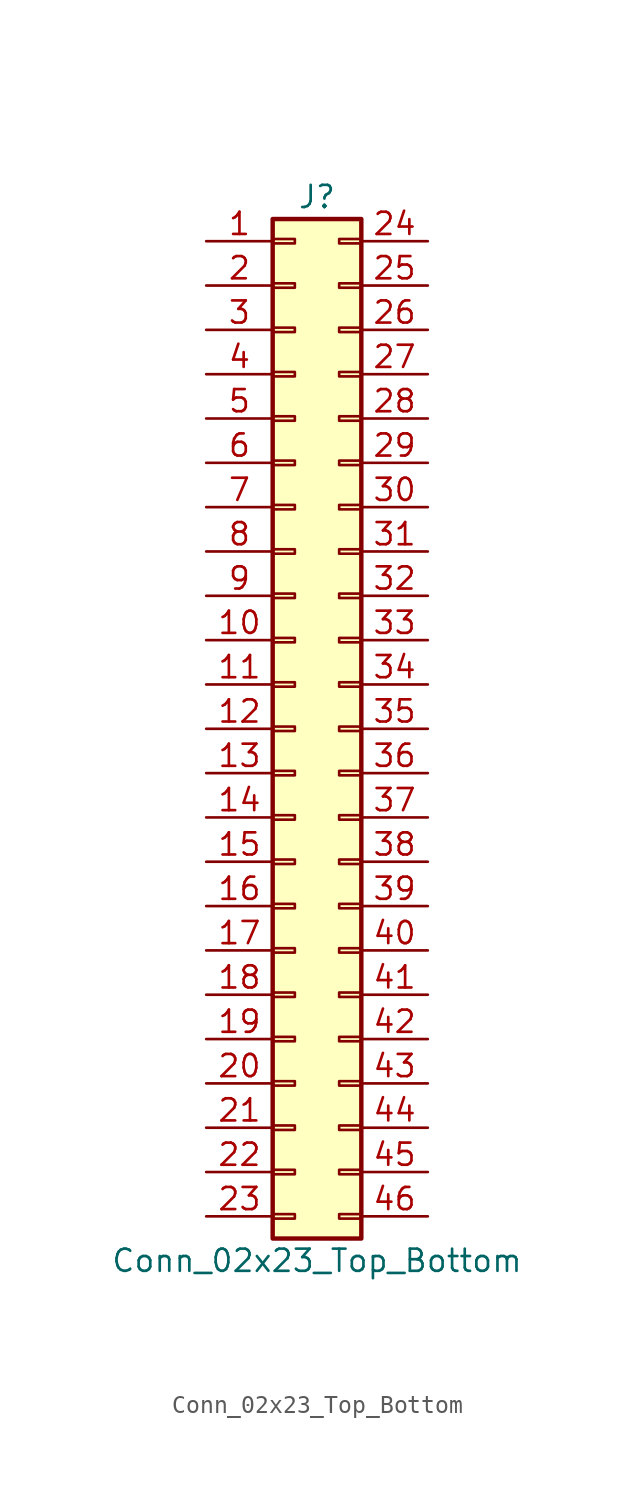
<source format=kicad_sym>
(kicad_symbol_lib
  (version 20220914)
  (generator kicad_symbol_editor)
  (symbol "Conn_02x23_Top_Bottom"
    (pin_names
      (offset 1.016) hide)
    (property "Reference" "J"
      (at 1.27 30.48 0)
      (effects (font (size 1.27 1.27))))
    (property "Value" "Conn_02x23_Top_Bottom"
      (at 1.27 -30.48 0)
      (effects (font (size 1.27 1.27))))
    (symbol "Conn_02x23_Top_Bottom_1_1"
      (rectangle (start -1.27 -27.813) (end 0 -28.067) (stroke (width 0.152) (type solid)) (fill (type none)))
      (rectangle (start -1.27 -25.273) (end 0 -25.527) (stroke (width 0.152) (type solid)) (fill (type none)))
      (rectangle (start -1.27 -22.733) (end 0 -22.987) (stroke (width 0.152) (type solid)) (fill (type none)))
      (rectangle (start -1.27 -20.193) (end 0 -20.447) (stroke (width 0.152) (type solid)) (fill (type none)))
      (rectangle (start -1.27 -17.653) (end 0 -17.907) (stroke (width 0.152) (type solid)) (fill (type none)))
      (rectangle (start -1.27 -15.113) (end 0 -15.367) (stroke (width 0.152) (type solid)) (fill (type none)))
      (rectangle (start -1.27 -12.573) (end 0 -12.827) (stroke (width 0.152) (type solid)) (fill (type none)))
      (rectangle (start -1.27 -10.033) (end 0 -10.287) (stroke (width 0.152) (type solid)) (fill (type none)))
      (rectangle (start -1.27 -7.493) (end 0 -7.747) (stroke (width 0.152) (type solid)) (fill (type none)))
      (rectangle (start -1.27 -4.953) (end 0 -5.207) (stroke (width 0.152) (type solid)) (fill (type none)))
      (rectangle (start -1.27 -2.413) (end 0 -2.667) (stroke (width 0.152) (type solid)) (fill (type none)))
      (rectangle (start -1.27 0.127) (end 0 -0.127) (stroke (width 0.152) (type solid)) (fill (type none)))
      (rectangle (start -1.27 2.667) (end 0 2.413) (stroke (width 0.152) (type solid)) (fill (type none)))
      (rectangle (start -1.27 5.207) (end 0 4.953) (stroke (width 0.152) (type solid)) (fill (type none)))
      (rectangle (start -1.27 7.747) (end 0 7.493) (stroke (width 0.152) (type solid)) (fill (type none)))
      (rectangle (start -1.27 10.287) (end 0 10.033) (stroke (width 0.152) (type solid)) (fill (type none)))
      (rectangle (start -1.27 12.827) (end 0 12.573) (stroke (width 0.152) (type solid)) (fill (type none)))
      (rectangle (start -1.27 15.367) (end 0 15.113) (stroke (width 0.152) (type solid)) (fill (type none)))
      (rectangle (start -1.27 17.907) (end 0 17.653) (stroke (width 0.152) (type solid)) (fill (type none)))
      (rectangle (start -1.27 20.447) (end 0 20.193) (stroke (width 0.152) (type solid)) (fill (type none)))
      (rectangle (start -1.27 22.987) (end 0 22.733) (stroke (width 0.152) (type solid)) (fill (type none)))
      (rectangle (start -1.27 25.527) (end 0 25.273) (stroke (width 0.152) (type solid)) (fill (type none)))
      (rectangle (start -1.27 28.067) (end 0 27.813) (stroke (width 0.152) (type solid)) (fill (type none)))
      (rectangle (start -1.27 29.21) (end 3.81 -29.21) (stroke (width 0.254) (type solid)) (fill (type background)))
      (rectangle (start 3.81 -27.813) (end 2.54 -28.067) (stroke (width 0.152) (type solid)) (fill (type none)))
      (rectangle (start 3.81 -25.273) (end 2.54 -25.527) (stroke (width 0.152) (type solid)) (fill (type none)))
      (rectangle (start 3.81 -22.733) (end 2.54 -22.987) (stroke (width 0.152) (type solid)) (fill (type none)))
      (rectangle (start 3.81 -20.193) (end 2.54 -20.447) (stroke (width 0.152) (type solid)) (fill (type none)))
      (rectangle (start 3.81 -17.653) (end 2.54 -17.907) (stroke (width 0.152) (type solid)) (fill (type none)))
      (rectangle (start 3.81 -15.113) (end 2.54 -15.367) (stroke (width 0.152) (type solid)) (fill (type none)))
      (rectangle (start 3.81 -12.573) (end 2.54 -12.827) (stroke (width 0.152) (type solid)) (fill (type none)))
      (rectangle (start 3.81 -10.033) (end 2.54 -10.287) (stroke (width 0.152) (type solid)) (fill (type none)))
      (rectangle (start 3.81 -7.493) (end 2.54 -7.747) (stroke (width 0.152) (type solid)) (fill (type none)))
      (rectangle (start 3.81 -4.953) (end 2.54 -5.207) (stroke (width 0.152) (type solid)) (fill (type none)))
      (rectangle (start 3.81 -2.413) (end 2.54 -2.667) (stroke (width 0.152) (type solid)) (fill (type none)))
      (rectangle (start 3.81 0.127) (end 2.54 -0.127) (stroke (width 0.152) (type solid)) (fill (type none)))
      (rectangle (start 3.81 2.667) (end 2.54 2.413) (stroke (width 0.152) (type solid)) (fill (type none)))
      (rectangle (start 3.81 5.207) (end 2.54 4.953) (stroke (width 0.152) (type solid)) (fill (type none)))
      (rectangle (start 3.81 7.747) (end 2.54 7.493) (stroke (width 0.152) (type solid)) (fill (type none)))
      (rectangle (start 3.81 10.287) (end 2.54 10.033) (stroke (width 0.152) (type solid)) (fill (type none)))
      (rectangle (start 3.81 12.827) (end 2.54 12.573) (stroke (width 0.152) (type solid)) (fill (type none)))
      (rectangle (start 3.81 15.367) (end 2.54 15.113) (stroke (width 0.152) (type solid)) (fill (type none)))
      (rectangle (start 3.81 17.907) (end 2.54 17.653) (stroke (width 0.152) (type solid)) (fill (type none)))
      (rectangle (start 3.81 20.447) (end 2.54 20.193) (stroke (width 0.152) (type solid)) (fill (type none)))
      (rectangle (start 3.81 22.987) (end 2.54 22.733) (stroke (width 0.152) (type solid)) (fill (type none)))
      (rectangle (start 3.81 25.527) (end 2.54 25.273) (stroke (width 0.152) (type solid)) (fill (type none)))
      (rectangle (start 3.81 28.067) (end 2.54 27.813) (stroke (width 0.152) (type solid)) (fill (type none)))
      (pin passive line (at -5.08 27.94 0) (length 3.81) (name "Pin_1" (effects (font (size 1.27 1.27)))) (number "1" (effects (font (size 1.27 1.27)))))
      (pin passive line (at -5.08 5.08 0) (length 3.81) (name "Pin_10" (effects (font (size 1.27 1.27)))) (number "10" (effects (font (size 1.27 1.27)))))
      (pin passive line (at -5.08 2.54 0) (length 3.81) (name "Pin_11" (effects (font (size 1.27 1.27)))) (number "11" (effects (font (size 1.27 1.27)))))
      (pin passive line (at -5.08 0 0) (length 3.81) (name "Pin_12" (effects (font (size 1.27 1.27)))) (number "12" (effects (font (size 1.27 1.27)))))
      (pin passive line (at -5.08 -2.54 0) (length 3.81) (name "Pin_13" (effects (font (size 1.27 1.27)))) (number "13" (effects (font (size 1.27 1.27)))))
      (pin passive line (at -5.08 -5.08 0) (length 3.81) (name "Pin_14" (effects (font (size 1.27 1.27)))) (number "14" (effects (font (size 1.27 1.27)))))
      (pin passive line (at -5.08 -7.62 0) (length 3.81) (name "Pin_15" (effects (font (size 1.27 1.27)))) (number "15" (effects (font (size 1.27 1.27)))))
      (pin passive line (at -5.08 -10.16 0) (length 3.81) (name "Pin_16" (effects (font (size 1.27 1.27)))) (number "16" (effects (font (size 1.27 1.27)))))
      (pin passive line (at -5.08 -12.7 0) (length 3.81) (name "Pin_17" (effects (font (size 1.27 1.27)))) (number "17" (effects (font (size 1.27 1.27)))))
      (pin passive line (at -5.08 -15.24 0) (length 3.81) (name "Pin_18" (effects (font (size 1.27 1.27)))) (number "18" (effects (font (size 1.27 1.27)))))
      (pin passive line (at -5.08 -17.78 0) (length 3.81) (name "Pin_19" (effects (font (size 1.27 1.27)))) (number "19" (effects (font (size 1.27 1.27)))))
      (pin passive line (at -5.08 25.4 0) (length 3.81) (name "Pin_2" (effects (font (size 1.27 1.27)))) (number "2" (effects (font (size 1.27 1.27)))))
      (pin passive line (at -5.08 -20.32 0) (length 3.81) (name "Pin_20" (effects (font (size 1.27 1.27)))) (number "20" (effects (font (size 1.27 1.27)))))
      (pin passive line (at -5.08 -22.86 0) (length 3.81) (name "Pin_21" (effects (font (size 1.27 1.27)))) (number "21" (effects (font (size 1.27 1.27)))))
      (pin passive line (at -5.08 -25.4 0) (length 3.81) (name "Pin_22" (effects (font (size 1.27 1.27)))) (number "22" (effects (font (size 1.27 1.27)))))
      (pin passive line (at -5.08 -27.94 0) (length 3.81) (name "Pin_23" (effects (font (size 1.27 1.27)))) (number "23" (effects (font (size 1.27 1.27)))))
      (pin passive line (at 7.62 27.94 180) (length 3.81) (name "Pin_24" (effects (font (size 1.27 1.27)))) (number "24" (effects (font (size 1.27 1.27)))))
      (pin passive line (at 7.62 25.4 180) (length 3.81) (name "Pin_25" (effects (font (size 1.27 1.27)))) (number "25" (effects (font (size 1.27 1.27)))))
      (pin passive line (at 7.62 22.86 180) (length 3.81) (name "Pin_26" (effects (font (size 1.27 1.27)))) (number "26" (effects (font (size 1.27 1.27)))))
      (pin passive line (at 7.62 20.32 180) (length 3.81) (name "Pin_27" (effects (font (size 1.27 1.27)))) (number "27" (effects (font (size 1.27 1.27)))))
      (pin passive line (at 7.62 17.78 180) (length 3.81) (name "Pin_28" (effects (font (size 1.27 1.27)))) (number "28" (effects (font (size 1.27 1.27)))))
      (pin passive line (at 7.62 15.24 180) (length 3.81) (name "Pin_29" (effects (font (size 1.27 1.27)))) (number "29" (effects (font (size 1.27 1.27)))))
      (pin passive line (at -5.08 22.86 0) (length 3.81) (name "Pin_3" (effects (font (size 1.27 1.27)))) (number "3" (effects (font (size 1.27 1.27)))))
      (pin passive line (at 7.62 12.7 180) (length 3.81) (name "Pin_30" (effects (font (size 1.27 1.27)))) (number "30" (effects (font (size 1.27 1.27)))))
      (pin passive line (at 7.62 10.16 180) (length 3.81) (name "Pin_31" (effects (font (size 1.27 1.27)))) (number "31" (effects (font (size 1.27 1.27)))))
      (pin passive line (at 7.62 7.62 180) (length 3.81) (name "Pin_32" (effects (font (size 1.27 1.27)))) (number "32" (effects (font (size 1.27 1.27)))))
      (pin passive line (at 7.62 5.08 180) (length 3.81) (name "Pin_33" (effects (font (size 1.27 1.27)))) (number "33" (effects (font (size 1.27 1.27)))))
      (pin passive line (at 7.62 2.54 180) (length 3.81) (name "Pin_34" (effects (font (size 1.27 1.27)))) (number "34" (effects (font (size 1.27 1.27)))))
      (pin passive line (at 7.62 0 180) (length 3.81) (name "Pin_35" (effects (font (size 1.27 1.27)))) (number "35" (effects (font (size 1.27 1.27)))))
      (pin passive line (at 7.62 -2.54 180) (length 3.81) (name "Pin_36" (effects (font (size 1.27 1.27)))) (number "36" (effects (font (size 1.27 1.27)))))
      (pin passive line (at 7.62 -5.08 180) (length 3.81) (name "Pin_37" (effects (font (size 1.27 1.27)))) (number "37" (effects (font (size 1.27 1.27)))))
      (pin passive line (at 7.62 -7.62 180) (length 3.81) (name "Pin_38" (effects (font (size 1.27 1.27)))) (number "38" (effects (font (size 1.27 1.27)))))
      (pin passive line (at 7.62 -10.16 180) (length 3.81) (name "Pin_39" (effects (font (size 1.27 1.27)))) (number "39" (effects (font (size 1.27 1.27)))))
      (pin passive line (at -5.08 20.32 0) (length 3.81) (name "Pin_4" (effects (font (size 1.27 1.27)))) (number "4" (effects (font (size 1.27 1.27)))))
      (pin passive line (at 7.62 -12.7 180) (length 3.81) (name "Pin_40" (effects (font (size 1.27 1.27)))) (number "40" (effects (font (size 1.27 1.27)))))
      (pin passive line (at 7.62 -15.24 180) (length 3.81) (name "Pin_41" (effects (font (size 1.27 1.27)))) (number "41" (effects (font (size 1.27 1.27)))))
      (pin passive line (at 7.62 -17.78 180) (length 3.81) (name "Pin_42" (effects (font (size 1.27 1.27)))) (number "42" (effects (font (size 1.27 1.27)))))
      (pin passive line (at 7.62 -20.32 180) (length 3.81) (name "Pin_43" (effects (font (size 1.27 1.27)))) (number "43" (effects (font (size 1.27 1.27)))))
      (pin passive line (at 7.62 -22.86 180) (length 3.81) (name "Pin_44" (effects (font (size 1.27 1.27)))) (number "44" (effects (font (size 1.27 1.27)))))
      (pin passive line (at 7.62 -25.4 180) (length 3.81) (name "Pin_45" (effects (font (size 1.27 1.27)))) (number "45" (effects (font (size 1.27 1.27)))))
      (pin passive line (at 7.62 -27.94 180) (length 3.81) (name "Pin_46" (effects (font (size 1.27 1.27)))) (number "46" (effects (font (size 1.27 1.27)))))
      (pin passive line (at -5.08 17.78 0) (length 3.81) (name "Pin_5" (effects (font (size 1.27 1.27)))) (number "5" (effects (font (size 1.27 1.27)))))
      (pin passive line (at -5.08 15.24 0) (length 3.81) (name "Pin_6" (effects (font (size 1.27 1.27)))) (number "6" (effects (font (size 1.27 1.27)))))
      (pin passive line (at -5.08 12.7 0) (length 3.81) (name "Pin_7" (effects (font (size 1.27 1.27)))) (number "7" (effects (font (size 1.27 1.27)))))
      (pin passive line (at -5.08 10.16 0) (length 3.81) (name "Pin_8" (effects (font (size 1.27 1.27)))) (number "8" (effects (font (size 1.27 1.27)))))
      (pin passive line (at -5.08 7.62 0) (length 3.81) (name "Pin_9" (effects (font (size 1.27 1.27)))) (number "9" (effects (font (size 1.27 1.27))))))))
</source>
